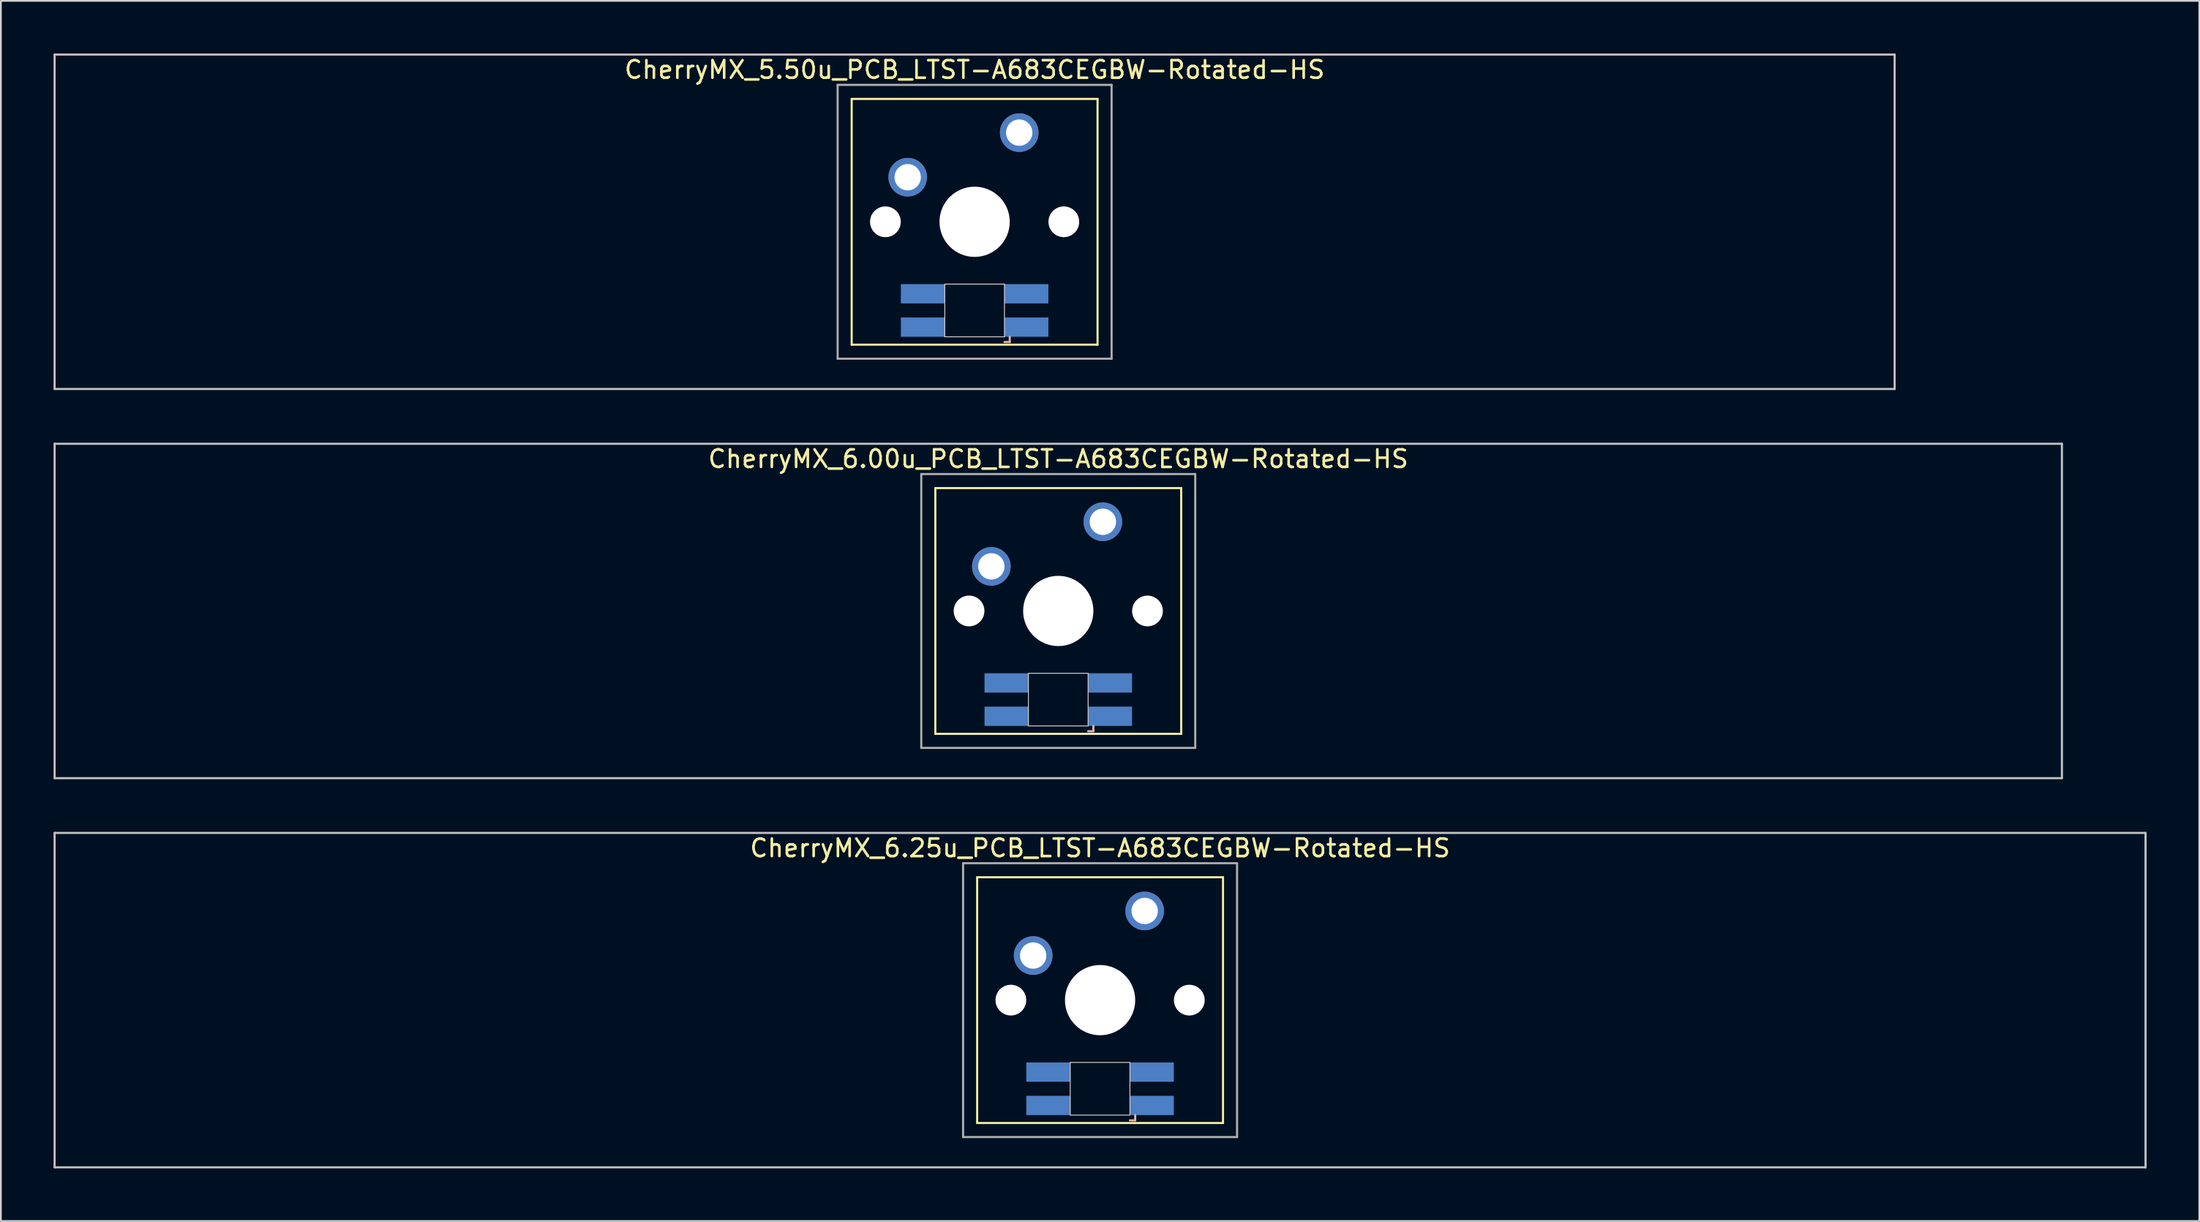
<source format=kicad_pcb>
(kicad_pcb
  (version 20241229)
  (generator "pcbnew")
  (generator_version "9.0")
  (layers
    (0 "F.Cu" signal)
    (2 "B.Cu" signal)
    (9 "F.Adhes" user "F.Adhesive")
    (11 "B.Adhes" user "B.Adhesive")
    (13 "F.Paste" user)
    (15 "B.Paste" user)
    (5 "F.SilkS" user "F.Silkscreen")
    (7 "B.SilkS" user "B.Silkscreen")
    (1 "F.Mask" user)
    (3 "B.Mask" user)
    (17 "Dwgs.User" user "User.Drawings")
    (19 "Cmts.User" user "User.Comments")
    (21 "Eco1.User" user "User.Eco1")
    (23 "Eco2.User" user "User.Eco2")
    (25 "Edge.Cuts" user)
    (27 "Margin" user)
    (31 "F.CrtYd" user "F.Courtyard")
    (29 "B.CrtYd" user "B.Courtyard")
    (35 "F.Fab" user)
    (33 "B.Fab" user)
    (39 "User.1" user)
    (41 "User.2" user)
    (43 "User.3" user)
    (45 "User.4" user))
  (footprint "CherryMX_6.00u_PCB_LTST-A683CEGBW-Rotated-HS"
    (layer "F.Cu")
    (at 57.21 31.755)
    (property "Reference" "CherryMX_6.00u_PCB_LTST-A683CEGBW-Rotated-HS" (at 0 -8.662 0) (layer "F.SilkS") (effects (font (size 1 1) (thickness 0.15))))
    (attr through_hole)
    (fp_line (start -7 -7) (end -7 7) (stroke (width 0.12) (type solid)) (layer "F.SilkS"))
    (fp_line (start -7 -7) (end 7 -7) (stroke (width 0.12) (type solid)) (layer "F.SilkS"))
    (fp_line (start 7 -7) (end 7 7) (stroke (width 0.12) (type solid)) (layer "F.SilkS"))
    (fp_line (start 7 7) (end -7 7) (stroke (width 0.12) (type solid)) (layer "F.SilkS"))
    (fp_line (start 1.7 6.85) (end 2 6.85) (stroke (width 0.12) (type solid)) (layer "B.SilkS"))
    (fp_line (start 2 6.85) (end 2 6.55) (stroke (width 0.12) (type solid)) (layer "B.SilkS"))
    (fp_line (start -57.15 -9.525) (end 57.15 -9.525) (stroke (width 0.12) (type solid)) (layer "Dwgs.User"))
    (fp_line (start -57.15 9.525) (end -57.15 -9.525) (stroke (width 0.12) (type solid)) (layer "Dwgs.User"))
    (fp_line (start 57.15 -9.525) (end 57.15 9.525) (stroke (width 0.12) (type solid)) (layer "Dwgs.User"))
    (fp_line (start 57.15 9.525) (end -57.15 9.525) (stroke (width 0.12) (type solid)) (layer "Dwgs.User"))
    (fp_line (start -1.7 3.55) (end 1.7 3.55) (stroke (width 0.05) (type solid)) (layer "Edge.Cuts"))
    (fp_line (start -1.7 6.55) (end -1.7 3.55) (stroke (width 0.05) (type solid)) (layer "Edge.Cuts"))
    (fp_line (start 1.7 3.55) (end 1.7 6.55) (stroke (width 0.05) (type solid)) (layer "Edge.Cuts"))
    (fp_line (start 1.7 6.55) (end -1.7 6.55) (stroke (width 0.05) (type solid)) (layer "Edge.Cuts"))
    (fp_line (start -7.8 -7.8) (end -7.8 7.8) (stroke (width 0.12) (type solid)) (layer "F.Fab"))
    (fp_line (start -7.8 -7.8) (end 7.8 -7.8) (stroke (width 0.12) (type solid)) (layer "F.Fab"))
    (fp_line (start -7.8 7.8) (end 7.8 7.8) (stroke (width 0.12) (type solid)) (layer "F.Fab"))
    (fp_line (start 7.8 -7.8) (end 7.8 7.8) (stroke (width 0.12) (type solid)) (layer "F.Fab"))
    (pad "" np_thru_hole circle (at -5.08 0) (size 1.75 1.75) (drill 1.75) (layers "*.Cu" "*.Mask"))
    (pad "" np_thru_hole circle (at 0 0) (size 4 4) (drill 4) (layers "*.Cu" "*.Mask"))
    (pad "" np_thru_hole circle (at 5.08 0) (size 1.75 1.75) (drill 1.75) (layers "*.Cu" "*.Mask"))
    (pad "1" thru_hole circle (at -3.81 -2.54) (size 2.2 2.2) (drill 1.5) (layers "*.Cu" "*.Mask"))
    (pad "2" thru_hole circle (at 2.54 -5.08) (size 2.2 2.2) (drill 1.5) (layers "*.Cu" "*.Mask"))
    (pad "3" smd rect (at 2.95 6) (size 2.5 1.1) (layers "B.Cu" "B.Mask" "B.Paste"))
    (pad "4" smd rect (at 2.95 4.1) (size 2.5 1.1) (layers "B.Cu" "B.Mask" "B.Paste"))
    (pad "5" smd rect (at -2.95 6) (size 2.5 1.1) (layers "B.Cu" "B.Mask" "B.Paste"))
    (pad "6" smd rect (at -2.95 4.1) (size 2.5 1.1) (layers "B.Cu" "B.Mask" "B.Paste")))
  (footprint "CherryMX_5.50u_PCB_LTST-A683CEGBW-Rotated-HS"
    (layer "F.Cu")
    (at 52.447 9.585)
    (property "Reference" "CherryMX_5.50u_PCB_LTST-A683CEGBW-Rotated-HS" (at 0 -8.662 0) (layer "F.SilkS") (effects (font (size 1 1) (thickness 0.15))))
    (attr through_hole)
    (fp_line (start -7 -7) (end -7 7) (stroke (width 0.12) (type solid)) (layer "F.SilkS"))
    (fp_line (start -7 -7) (end 7 -7) (stroke (width 0.12) (type solid)) (layer "F.SilkS"))
    (fp_line (start 7 -7) (end 7 7) (stroke (width 0.12) (type solid)) (layer "F.SilkS"))
    (fp_line (start 7 7) (end -7 7) (stroke (width 0.12) (type solid)) (layer "F.SilkS"))
    (fp_line (start 1.7 6.85) (end 2 6.85) (stroke (width 0.12) (type solid)) (layer "B.SilkS"))
    (fp_line (start 2 6.85) (end 2 6.55) (stroke (width 0.12) (type solid)) (layer "B.SilkS"))
    (fp_line (start -52.388 -9.525) (end 52.388 -9.525) (stroke (width 0.12) (type solid)) (layer "Dwgs.User"))
    (fp_line (start -52.388 9.525) (end -52.388 -9.525) (stroke (width 0.12) (type solid)) (layer "Dwgs.User"))
    (fp_line (start 52.388 -9.525) (end 52.388 9.525) (stroke (width 0.12) (type solid)) (layer "Dwgs.User"))
    (fp_line (start 52.388 9.525) (end -52.388 9.525) (stroke (width 0.12) (type solid)) (layer "Dwgs.User"))
    (fp_line (start -1.7 3.55) (end 1.7 3.55) (stroke (width 0.05) (type solid)) (layer "Edge.Cuts"))
    (fp_line (start -1.7 6.55) (end -1.7 3.55) (stroke (width 0.05) (type solid)) (layer "Edge.Cuts"))
    (fp_line (start 1.7 3.55) (end 1.7 6.55) (stroke (width 0.05) (type solid)) (layer "Edge.Cuts"))
    (fp_line (start 1.7 6.55) (end -1.7 6.55) (stroke (width 0.05) (type solid)) (layer "Edge.Cuts"))
    (fp_line (start -7.8 -7.8) (end -7.8 7.8) (stroke (width 0.12) (type solid)) (layer "F.Fab"))
    (fp_line (start -7.8 -7.8) (end 7.8 -7.8) (stroke (width 0.12) (type solid)) (layer "F.Fab"))
    (fp_line (start -7.8 7.8) (end 7.8 7.8) (stroke (width 0.12) (type solid)) (layer "F.Fab"))
    (fp_line (start 7.8 -7.8) (end 7.8 7.8) (stroke (width 0.12) (type solid)) (layer "F.Fab"))
    (pad "" np_thru_hole circle (at -5.08 0) (size 1.75 1.75) (drill 1.75) (layers "*.Cu" "*.Mask"))
    (pad "" np_thru_hole circle (at 0 0) (size 4 4) (drill 4) (layers "*.Cu" "*.Mask"))
    (pad "" np_thru_hole circle (at 5.08 0) (size 1.75 1.75) (drill 1.75) (layers "*.Cu" "*.Mask"))
    (pad "1" thru_hole circle (at -3.81 -2.54) (size 2.2 2.2) (drill 1.5) (layers "*.Cu" "*.Mask"))
    (pad "2" thru_hole circle (at 2.54 -5.08) (size 2.2 2.2) (drill 1.5) (layers "*.Cu" "*.Mask"))
    (pad "3" smd rect (at 2.95 6) (size 2.5 1.1) (layers "B.Cu" "B.Mask" "B.Paste"))
    (pad "4" smd rect (at 2.95 4.1) (size 2.5 1.1) (layers "B.Cu" "B.Mask" "B.Paste"))
    (pad "5" smd rect (at -2.95 6) (size 2.5 1.1) (layers "B.Cu" "B.Mask" "B.Paste"))
    (pad "6" smd rect (at -2.95 4.1) (size 2.5 1.1) (layers "B.Cu" "B.Mask" "B.Paste")))
  (footprint "CherryMX_6.25u_PCB_LTST-A683CEGBW-Rotated-HS"
    (layer "F.Cu")
    (at 59.591 53.925)
    (property "Reference" "CherryMX_6.25u_PCB_LTST-A683CEGBW-Rotated-HS" (at 0 -8.662 0) (layer "F.SilkS") (effects (font (size 1 1) (thickness 0.15))))
    (attr through_hole)
    (fp_line (start -7 -7) (end -7 7) (stroke (width 0.12) (type solid)) (layer "F.SilkS"))
    (fp_line (start -7 -7) (end 7 -7) (stroke (width 0.12) (type solid)) (layer "F.SilkS"))
    (fp_line (start 7 -7) (end 7 7) (stroke (width 0.12) (type solid)) (layer "F.SilkS"))
    (fp_line (start 7 7) (end -7 7) (stroke (width 0.12) (type solid)) (layer "F.SilkS"))
    (fp_line (start 1.7 6.85) (end 2 6.85) (stroke (width 0.12) (type solid)) (layer "B.SilkS"))
    (fp_line (start 2 6.85) (end 2 6.55) (stroke (width 0.12) (type solid)) (layer "B.SilkS"))
    (fp_line (start -59.531 -9.525) (end 59.531 -9.525) (stroke (width 0.12) (type solid)) (layer "Dwgs.User"))
    (fp_line (start -59.531 9.525) (end -59.531 -9.525) (stroke (width 0.12) (type solid)) (layer "Dwgs.User"))
    (fp_line (start 59.531 -9.525) (end 59.531 9.525) (stroke (width 0.12) (type solid)) (layer "Dwgs.User"))
    (fp_line (start 59.531 9.525) (end -59.531 9.525) (stroke (width 0.12) (type solid)) (layer "Dwgs.User"))
    (fp_line (start -1.7 3.55) (end 1.7 3.55) (stroke (width 0.05) (type solid)) (layer "Edge.Cuts"))
    (fp_line (start -1.7 6.55) (end -1.7 3.55) (stroke (width 0.05) (type solid)) (layer "Edge.Cuts"))
    (fp_line (start 1.7 3.55) (end 1.7 6.55) (stroke (width 0.05) (type solid)) (layer "Edge.Cuts"))
    (fp_line (start 1.7 6.55) (end -1.7 6.55) (stroke (width 0.05) (type solid)) (layer "Edge.Cuts"))
    (fp_line (start -7.8 -7.8) (end -7.8 7.8) (stroke (width 0.12) (type solid)) (layer "F.Fab"))
    (fp_line (start -7.8 -7.8) (end 7.8 -7.8) (stroke (width 0.12) (type solid)) (layer "F.Fab"))
    (fp_line (start -7.8 7.8) (end 7.8 7.8) (stroke (width 0.12) (type solid)) (layer "F.Fab"))
    (fp_line (start 7.8 -7.8) (end 7.8 7.8) (stroke (width 0.12) (type solid)) (layer "F.Fab"))
    (pad "" np_thru_hole circle (at -5.08 0) (size 1.75 1.75) (drill 1.75) (layers "*.Cu" "*.Mask"))
    (pad "" np_thru_hole circle (at 0 0) (size 4 4) (drill 4) (layers "*.Cu" "*.Mask"))
    (pad "" np_thru_hole circle (at 5.08 0) (size 1.75 1.75) (drill 1.75) (layers "*.Cu" "*.Mask"))
    (pad "1" thru_hole circle (at -3.81 -2.54) (size 2.2 2.2) (drill 1.5) (layers "*.Cu" "*.Mask"))
    (pad "2" thru_hole circle (at 2.54 -5.08) (size 2.2 2.2) (drill 1.5) (layers "*.Cu" "*.Mask"))
    (pad "3" smd rect (at 2.95 6) (size 2.5 1.1) (layers "B.Cu" "B.Mask" "B.Paste"))
    (pad "4" smd rect (at 2.95 4.1) (size 2.5 1.1) (layers "B.Cu" "B.Mask" "B.Paste"))
    (pad "5" smd rect (at -2.95 6) (size 2.5 1.1) (layers "B.Cu" "B.Mask" "B.Paste"))
    (pad "6" smd rect (at -2.95 4.1) (size 2.5 1.1) (layers "B.Cu" "B.Mask" "B.Paste")))
  (gr_rect
    (start -3 -3)
    (end 122.183 66.51)
    (stroke (width 0.1) (type default))
    (fill no)
    (layer "Edge.Cuts")))
</source>
